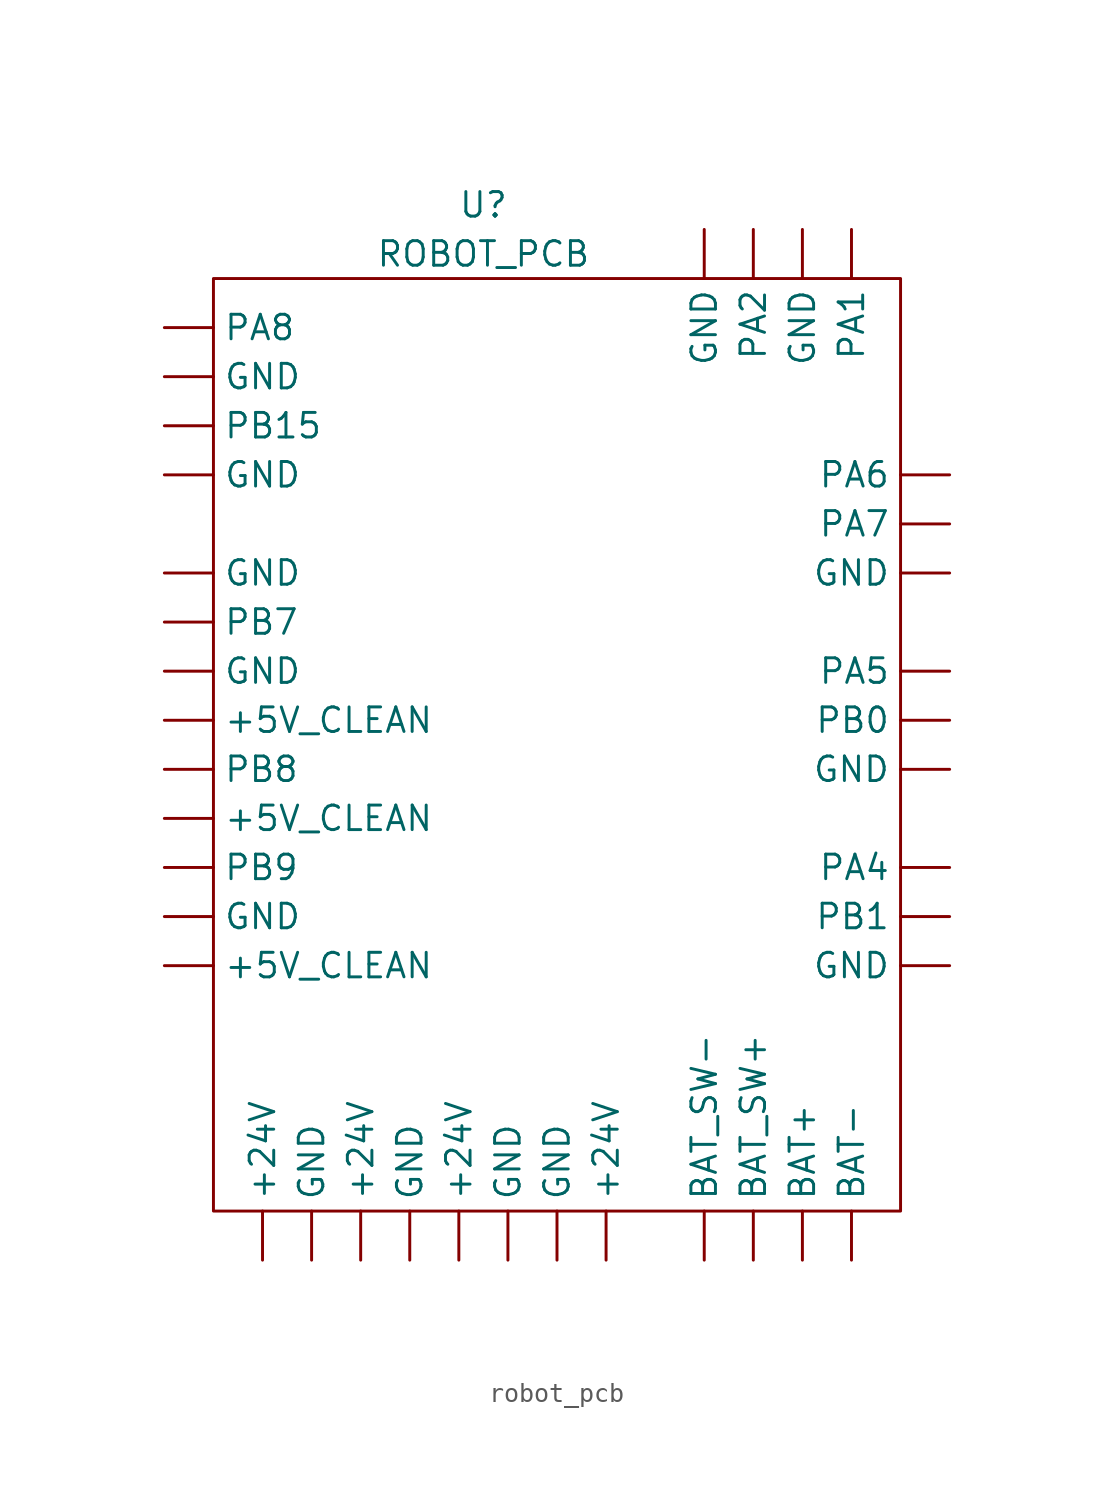
<source format=kicad_sym>
(kicad_symbol_lib
  (version 20220914)
  (generator kicad_symbol_editor)
  (symbol "robot_pcb"
    (property "Reference" "U"
      (at -3.81 52.07 0)
      (effects (font (size 1.27 1.27))))
    (property "Value" "ROBOT_PCB"
      (at -3.81 49.53 0)
      (effects (font (size 1.27 1.27))))
    (symbol "robot_pcb_0_1"
      (rectangle (start -17.78 48.26) (end 17.78 0) (stroke (width 0) (type default)) (fill (type none))))
    (symbol "robot_pcb_1_1"
      (pin power_out line (at -15.24 -2.54 90) (length 2.54) (name "+24V" (effects (font (size 1.27 1.27)))) (number "" (effects (font (size 1.27 1.27)))))
      (pin power_out line (at -10.16 -2.54 90) (length 2.54) (name "+24V" (effects (font (size 1.27 1.27)))) (number "" (effects (font (size 1.27 1.27)))))
      (pin power_out line (at -5.08 -2.54 90) (length 2.54) (name "+24V" (effects (font (size 1.27 1.27)))) (number "" (effects (font (size 1.27 1.27)))))
      (pin power_out line (at 2.54 -2.54 90) (length 2.54) (name "+24V" (effects (font (size 1.27 1.27)))) (number "" (effects (font (size 1.27 1.27)))))
      (pin power_out line (at -20.32 12.7 0) (length 2.54) (name "+5V_CLEAN" (effects (font (size 1.27 1.27)))) (number "" (effects (font (size 1.27 1.27)))))
      (pin power_out line (at -20.32 20.32 0) (length 2.54) (name "+5V_CLEAN" (effects (font (size 1.27 1.27)))) (number "" (effects (font (size 1.27 1.27)))))
      (pin power_out line (at -20.32 25.4 0) (length 2.54) (name "+5V_CLEAN" (effects (font (size 1.27 1.27)))) (number "" (effects (font (size 1.27 1.27)))))
      (pin power_in line (at 12.7 -2.54 90) (length 2.54) (name "BAT+" (effects (font (size 1.27 1.27)))) (number "" (effects (font (size 1.27 1.27)))))
      (pin power_in line (at 15.24 -2.54 90) (length 2.54) (name "BAT-" (effects (font (size 1.27 1.27)))) (number "" (effects (font (size 1.27 1.27)))))
      (pin power_in line (at 10.16 -2.54 90) (length 2.54) (name "BAT_SW+" (effects (font (size 1.27 1.27)))) (number "" (effects (font (size 1.27 1.27)))))
      (pin power_in line (at 7.62 -2.54 90) (length 2.54) (name "BAT_SW-" (effects (font (size 1.27 1.27)))) (number "" (effects (font (size 1.27 1.27)))))
      (pin power_out line (at -20.32 15.24 0) (length 2.54) (name "GND" (effects (font (size 1.27 1.27)))) (number "" (effects (font (size 1.27 1.27)))))
      (pin power_out line (at -20.32 27.94 0) (length 2.54) (name "GND" (effects (font (size 1.27 1.27)))) (number "" (effects (font (size 1.27 1.27)))))
      (pin power_out line (at -20.32 33.02 0) (length 2.54) (name "GND" (effects (font (size 1.27 1.27)))) (number "" (effects (font (size 1.27 1.27)))))
      (pin power_out line (at -20.32 38.1 0) (length 2.54) (name "GND" (effects (font (size 1.27 1.27)))) (number "" (effects (font (size 1.27 1.27)))))
      (pin power_out line (at -20.32 43.18 0) (length 2.54) (name "GND" (effects (font (size 1.27 1.27)))) (number "" (effects (font (size 1.27 1.27)))))
      (pin power_out line (at -12.7 -2.54 90) (length 2.54) (name "GND" (effects (font (size 1.27 1.27)))) (number "" (effects (font (size 1.27 1.27)))))
      (pin power_out line (at -7.62 -2.54 90) (length 2.54) (name "GND" (effects (font (size 1.27 1.27)))) (number "" (effects (font (size 1.27 1.27)))))
      (pin power_out line (at -2.54 -2.54 90) (length 2.54) (name "GND" (effects (font (size 1.27 1.27)))) (number "" (effects (font (size 1.27 1.27)))))
      (pin power_out line (at 0 -2.54 90) (length 2.54) (name "GND" (effects (font (size 1.27 1.27)))) (number "" (effects (font (size 1.27 1.27)))))
      (pin power_out line (at 7.62 50.8 270) (length 2.54) (name "GND" (effects (font (size 1.27 1.27)))) (number "" (effects (font (size 1.27 1.27)))))
      (pin power_out line (at 12.7 50.8 270) (length 2.54) (name "GND" (effects (font (size 1.27 1.27)))) (number "" (effects (font (size 1.27 1.27)))))
      (pin power_out line (at 20.32 12.7 180) (length 2.54) (name "GND" (effects (font (size 1.27 1.27)))) (number "" (effects (font (size 1.27 1.27)))))
      (pin power_out line (at 20.32 22.86 180) (length 2.54) (name "GND" (effects (font (size 1.27 1.27)))) (number "" (effects (font (size 1.27 1.27)))))
      (pin power_out line (at 20.32 33.02 180) (length 2.54) (name "GND" (effects (font (size 1.27 1.27)))) (number "" (effects (font (size 1.27 1.27)))))
      (pin output line (at 15.24 50.8 270) (length 2.54) (name "PA1" (effects (font (size 1.27 1.27)))) (number "" (effects (font (size 1.27 1.27)))))
      (pin output line (at 10.16 50.8 270) (length 2.54) (name "PA2" (effects (font (size 1.27 1.27)))) (number "" (effects (font (size 1.27 1.27)))))
      (pin output line (at 20.32 17.78 180) (length 2.54) (name "PA4" (effects (font (size 1.27 1.27)))) (number "" (effects (font (size 1.27 1.27)))))
      (pin output line (at 20.32 27.94 180) (length 2.54) (name "PA5" (effects (font (size 1.27 1.27)))) (number "" (effects (font (size 1.27 1.27)))))
      (pin output line (at 20.32 38.1 180) (length 2.54) (name "PA6" (effects (font (size 1.27 1.27)))) (number "" (effects (font (size 1.27 1.27)))))
      (pin output line (at 20.32 35.56 180) (length 2.54) (name "PA7" (effects (font (size 1.27 1.27)))) (number "" (effects (font (size 1.27 1.27)))))
      (pin input line (at -20.32 45.72 0) (length 2.54) (name "PA8" (effects (font (size 1.27 1.27)))) (number "" (effects (font (size 1.27 1.27)))))
      (pin output line (at 20.32 25.4 180) (length 2.54) (name "PB0" (effects (font (size 1.27 1.27)))) (number "" (effects (font (size 1.27 1.27)))))
      (pin output line (at 20.32 15.24 180) (length 2.54) (name "PB1" (effects (font (size 1.27 1.27)))) (number "" (effects (font (size 1.27 1.27)))))
      (pin input line (at -20.32 40.64 0) (length 2.54) (name "PB15" (effects (font (size 1.27 1.27)))) (number "" (effects (font (size 1.27 1.27)))))
      (pin input line (at -20.32 30.48 0) (length 2.54) (name "PB7" (effects (font (size 1.27 1.27)))) (number "" (effects (font (size 1.27 1.27)))))
      (pin input line (at -20.32 22.86 0) (length 2.54) (name "PB8" (effects (font (size 1.27 1.27)))) (number "" (effects (font (size 1.27 1.27)))))
      (pin input line (at -20.32 17.78 0) (length 2.54) (name "PB9" (effects (font (size 1.27 1.27)))) (number "" (effects (font (size 1.27 1.27))))))))
</source>
